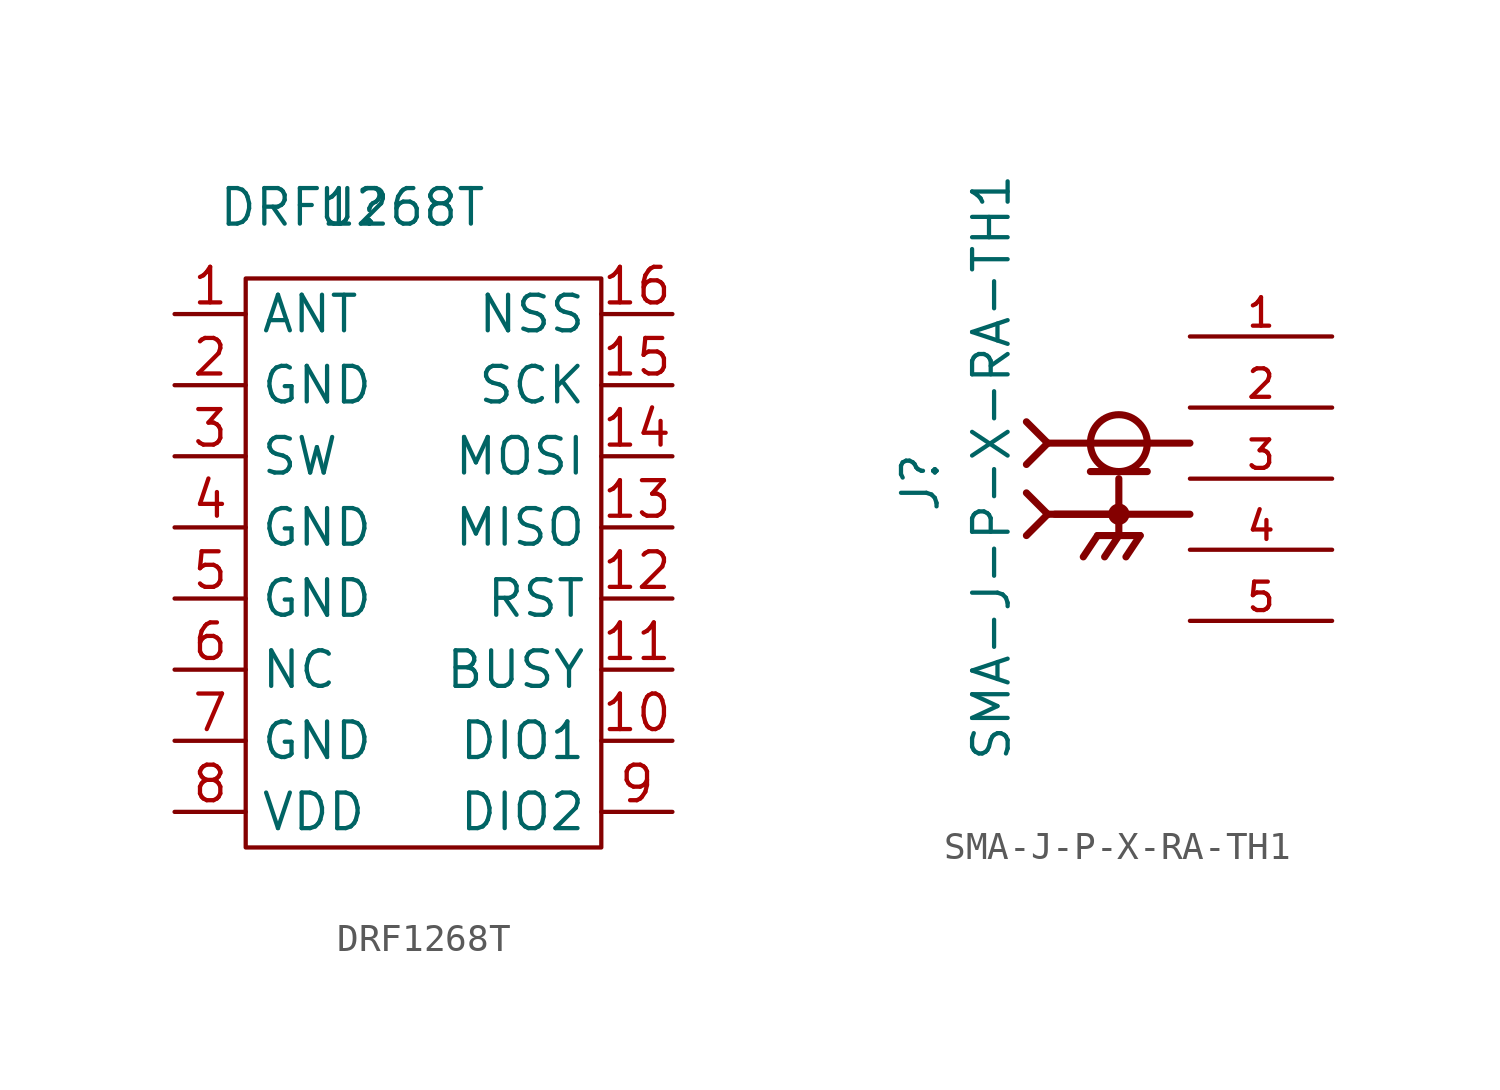
<source format=kicad_sym>
(kicad_symbol_lib
  (version 20211014)
  (generator kicad_symbol_editor)
  (symbol "DRF1268T"
    (property "Reference" "U"
      (at 0 0 0)
      (effects (font (size 1.27 1.27))))
    (property "Value" "DRF1268T"
      (at 0 0 0)
      (effects (font (size 1.27 1.27))))
    (symbol "DRF1268T_0_1"
      (rectangle (start -3.81 -2.54) (end 8.89 -22.86) (stroke (width 0) (type default) (color 0 0 0 0)) (fill (type none))))
    (symbol "DRF1268T_1_1"
      (pin bidirectional line (at -6.35 -3.81 0) (length 2.54) (name "ANT" (effects (font (size 1.27 1.27)))) (number "1" (effects (font (size 1.27 1.27)))))
      (pin bidirectional line (at 11.43 -19.05 180) (length 2.54) (name "DIO1" (effects (font (size 1.27 1.27)))) (number "10" (effects (font (size 1.27 1.27)))))
      (pin bidirectional line (at 11.43 -16.51 180) (length 2.54) (name "BUSY" (effects (font (size 1.27 1.27)))) (number "11" (effects (font (size 1.27 1.27)))))
      (pin bidirectional line (at 11.43 -13.97 180) (length 2.54) (name "RST" (effects (font (size 1.27 1.27)))) (number "12" (effects (font (size 1.27 1.27)))))
      (pin output line (at 11.43 -11.43 180) (length 2.54) (name "MISO" (effects (font (size 1.27 1.27)))) (number "13" (effects (font (size 1.27 1.27)))))
      (pin input line (at 11.43 -8.89 180) (length 2.54) (name "MOSI" (effects (font (size 1.27 1.27)))) (number "14" (effects (font (size 1.27 1.27)))))
      (pin input line (at 11.43 -6.35 180) (length 2.54) (name "SCK" (effects (font (size 1.27 1.27)))) (number "15" (effects (font (size 1.27 1.27)))))
      (pin input line (at 11.43 -3.81 180) (length 2.54) (name "NSS" (effects (font (size 1.27 1.27)))) (number "16" (effects (font (size 1.27 1.27)))))
      (pin power_out line (at -6.35 -6.35 0) (length 2.54) (name "GND" (effects (font (size 1.27 1.27)))) (number "2" (effects (font (size 1.27 1.27)))))
      (pin input line (at -6.35 -8.89 0) (length 2.54) (name "SW" (effects (font (size 1.27 1.27)))) (number "3" (effects (font (size 1.27 1.27)))))
      (pin power_out line (at -6.35 -11.43 0) (length 2.54) (name "GND" (effects (font (size 1.27 1.27)))) (number "4" (effects (font (size 1.27 1.27)))))
      (pin power_out line (at -6.35 -13.97 0) (length 2.54) (name "GND" (effects (font (size 1.27 1.27)))) (number "5" (effects (font (size 1.27 1.27)))))
      (pin bidirectional line (at -6.35 -16.51 0) (length 2.54) (name "NC" (effects (font (size 1.27 1.27)))) (number "6" (effects (font (size 1.27 1.27)))))
      (pin power_out line (at -6.35 -19.05 0) (length 2.54) (name "GND" (effects (font (size 1.27 1.27)))) (number "7" (effects (font (size 1.27 1.27)))))
      (pin power_in line (at -6.35 -21.59 0) (length 2.54) (name "VDD" (effects (font (size 1.27 1.27)))) (number "8" (effects (font (size 1.27 1.27)))))
      (pin output line (at 11.43 -21.59 180) (length 2.54) (name "DIO2" (effects (font (size 1.27 1.27)))) (number "9" (effects (font (size 1.27 1.27)))))))
  (symbol "SMA-J-P-X-RA-TH1"
    (pin_names
      (offset 1.016))
    (property "Reference" "J"
      (at -6.35 0 90)
      (effects (font (size 1.27 1.27)) (justify left bottom)))
    (property "Value" "SMA-J-P-X-RA-TH1"
      (at -3.81 -8.89 90)
      (effects (font (size 1.27 1.27)) (justify left bottom)))
    (symbol "SMA-J-P-X-RA-TH1_0_0"
      (polyline (pts (xy -3.302 -0.762) (xy -2.54 0)) (stroke (width 0.254) (type default) (color 0 0 0 0)) (fill (type none)))
      (polyline (pts (xy -3.302 0.762) (xy -2.54 0)) (stroke (width 0.254) (type default) (color 0 0 0 0)) (fill (type none)))
      (polyline (pts (xy -3.302 1.778) (xy -2.54 2.54)) (stroke (width 0.254) (type default) (color 0 0 0 0)) (fill (type none)))
      (polyline (pts (xy -3.302 3.302) (xy -2.54 2.54)) (stroke (width 0.254) (type default) (color 0 0 0 0)) (fill (type none)))
      (polyline (pts (xy -2.54 0) (xy 0 0)) (stroke (width 0.254) (type default) (color 0 0 0 0)) (fill (type none)))
      (polyline (pts (xy -2.54 2.54) (xy 2.54 2.54)) (stroke (width 0.254) (type default) (color 0 0 0 0)) (fill (type none)))
      (polyline (pts (xy -1.016 1.524) (xy 0 1.524)) (stroke (width 0.254) (type default) (color 0 0 0 0)) (fill (type none)))
      (polyline (pts (xy -0.762 -0.762) (xy -1.27 -1.524)) (stroke (width 0.254) (type default) (color 0 0 0 0)) (fill (type none)))
      (polyline (pts (xy 0 -0.762) (xy -0.762 -0.762)) (stroke (width 0.254) (type default) (color 0 0 0 0)) (fill (type none)))
      (polyline (pts (xy 0 -0.762) (xy -0.508 -1.524)) (stroke (width 0.254) (type default) (color 0 0 0 0)) (fill (type none)))
      (polyline (pts (xy 0 -0.762) (xy 0.762 -0.762)) (stroke (width 0.254) (type default) (color 0 0 0 0)) (fill (type none)))
      (polyline (pts (xy 0 0) (xy -2.286 0)) (stroke (width 0.254) (type default) (color 0 0 0 0)) (fill (type none)))
      (polyline (pts (xy 0 0) (xy 0 -0.762)) (stroke (width 0.254) (type default) (color 0 0 0 0)) (fill (type none)))
      (polyline (pts (xy 0 1.27) (xy 0 -0.254)) (stroke (width 0.254) (type default) (color 0 0 0 0)) (fill (type none)))
      (polyline (pts (xy 0 1.524) (xy 1.016 1.524)) (stroke (width 0.254) (type default) (color 0 0 0 0)) (fill (type none)))
      (polyline (pts (xy 0.762 -0.762) (xy 0.254 -1.524)) (stroke (width 0.254) (type default) (color 0 0 0 0)) (fill (type none)))
      (polyline (pts (xy 2.54 0) (xy 0 0)) (stroke (width 0.254) (type default) (color 0 0 0 0)) (fill (type none)))
      (circle (center 0 0) (radius 0.254) (stroke (width 0.254) (type default) (color 0 0 0 0)) (fill (type none)))
      (circle (center 0 2.54) (radius 1.016) (stroke (width 0.254) (type default) (color 0 0 0 0)) (fill (type none)))
      (pin passive line (at 7.62 6.35 180) (length 5.08) (name "~" (effects (font (size 1.016 1.016)))) (number "1" (effects (font (size 1.016 1.016)))))
      (pin passive line (at 7.62 3.81 180) (length 5.08) (name "~" (effects (font (size 1.016 1.016)))) (number "2" (effects (font (size 1.016 1.016)))))
      (pin passive line (at 7.62 1.27 180) (length 5.08) (name "~" (effects (font (size 1.016 1.016)))) (number "3" (effects (font (size 1.016 1.016)))))
      (pin passive line (at 7.62 -1.27 180) (length 5.08) (name "~" (effects (font (size 1.016 1.016)))) (number "4" (effects (font (size 1.016 1.016)))))
      (pin passive line (at 7.62 -3.81 180) (length 5.08) (name "~" (effects (font (size 1.016 1.016)))) (number "5" (effects (font (size 1.016 1.016))))))))
</source>
